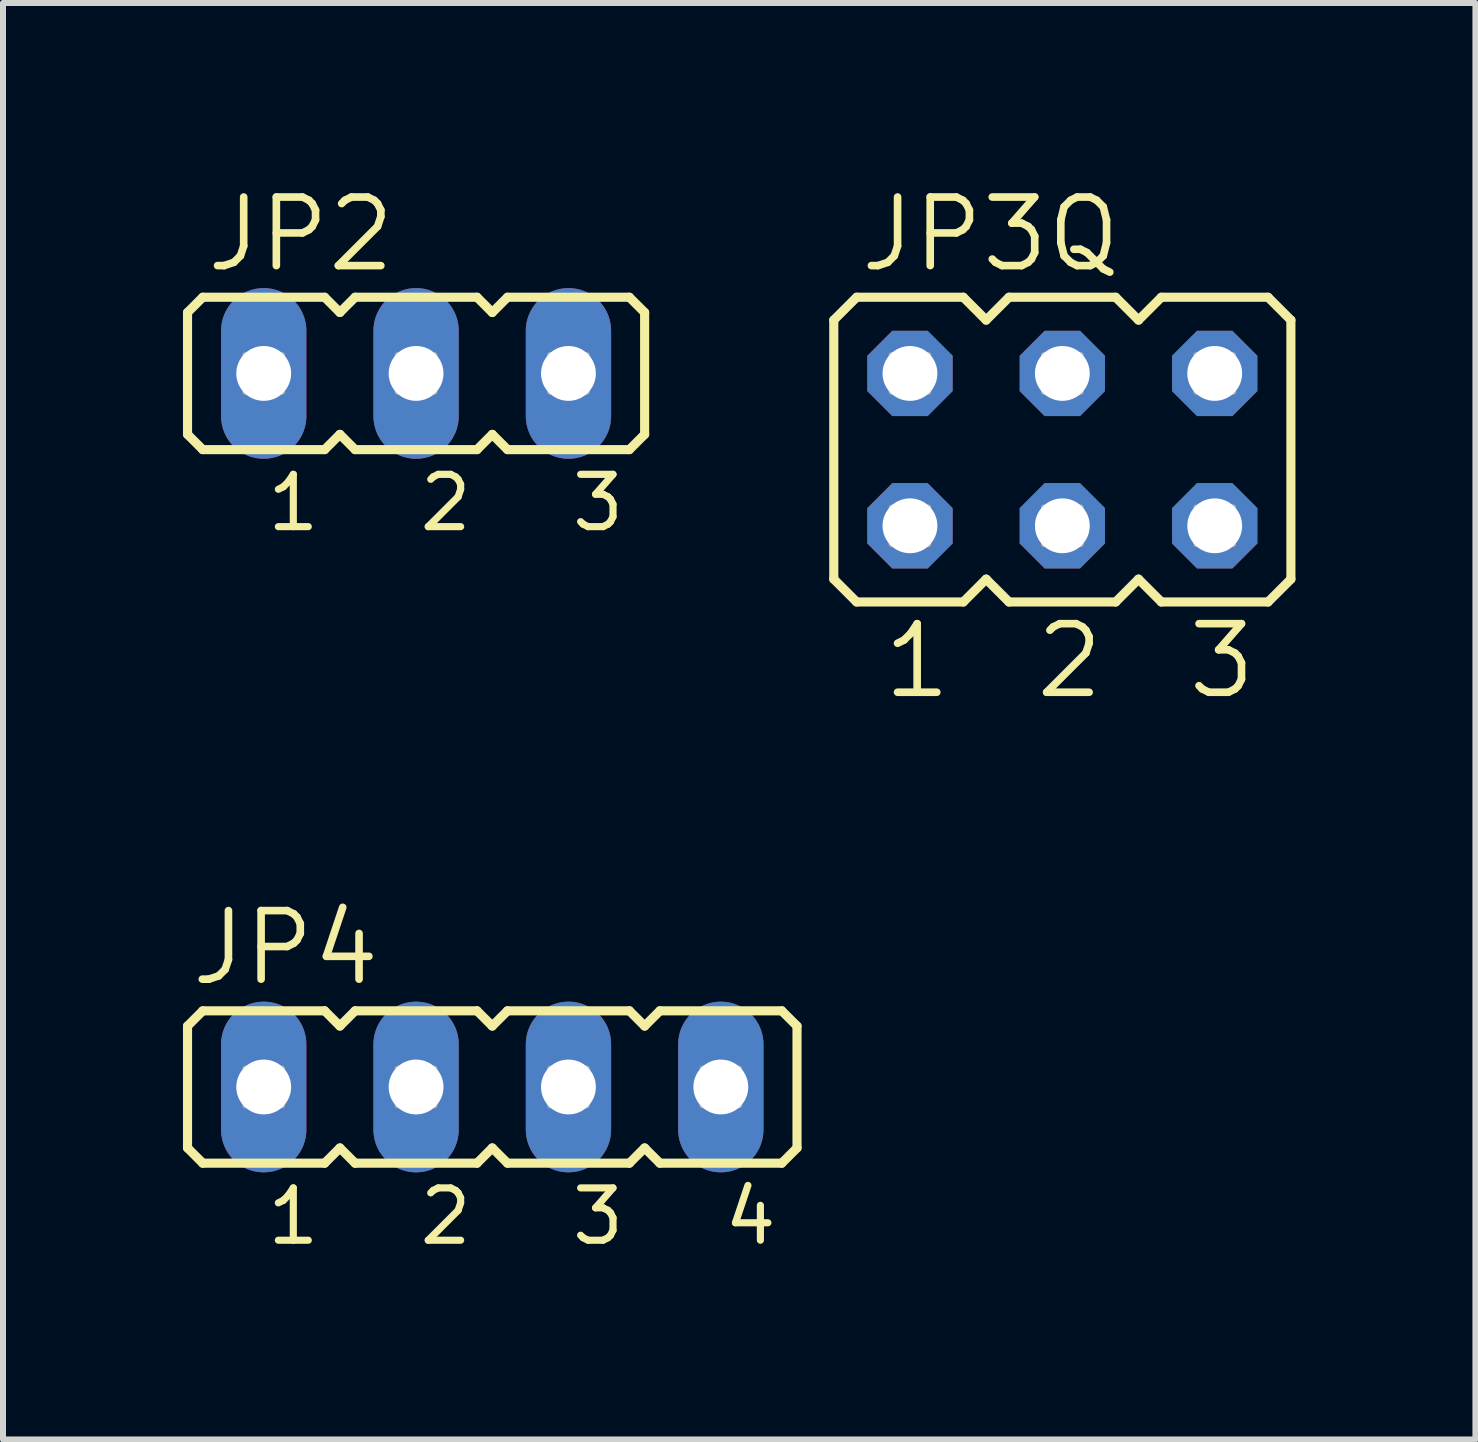
<source format=kicad_pcb>
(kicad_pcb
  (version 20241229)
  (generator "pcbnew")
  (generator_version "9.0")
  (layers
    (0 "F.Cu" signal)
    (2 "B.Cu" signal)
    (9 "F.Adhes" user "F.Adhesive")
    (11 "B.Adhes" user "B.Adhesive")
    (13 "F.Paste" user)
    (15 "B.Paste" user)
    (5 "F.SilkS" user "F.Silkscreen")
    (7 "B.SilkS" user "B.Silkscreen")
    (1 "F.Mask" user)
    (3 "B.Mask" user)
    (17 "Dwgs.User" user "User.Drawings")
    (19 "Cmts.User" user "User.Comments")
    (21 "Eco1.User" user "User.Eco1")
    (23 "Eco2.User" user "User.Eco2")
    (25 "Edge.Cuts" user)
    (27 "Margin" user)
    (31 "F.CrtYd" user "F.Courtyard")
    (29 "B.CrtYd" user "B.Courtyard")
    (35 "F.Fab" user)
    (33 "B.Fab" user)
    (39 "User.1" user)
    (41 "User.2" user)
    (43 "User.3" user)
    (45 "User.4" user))
  (footprint "JP2"
    (layer "F.Cu")
    (at 3.886 3.175)
    (property "Reference" "JP2" (at -3.556 -1.651 0) (layer "F.SilkS") (effects (font (size 1.143 1.143) (thickness 0.127)) (justify left bottom)))
    (fp_line (start -3.81 -1.016) (end -3.556 -1.27) (stroke (width 0.152) (type solid)) (layer "F.SilkS"))
    (fp_line (start -3.81 1.016) (end -3.81 -1.016) (stroke (width 0.152) (type solid)) (layer "F.SilkS"))
    (fp_line (start -3.81 1.016) (end -3.556 1.27) (stroke (width 0.152) (type solid)) (layer "F.SilkS"))
    (fp_line (start -1.524 -1.27) (end -3.556 -1.27) (stroke (width 0.152) (type solid)) (layer "F.SilkS"))
    (fp_line (start -1.524 -1.27) (end -1.27 -1.016) (stroke (width 0.152) (type solid)) (layer "F.SilkS"))
    (fp_line (start -1.524 1.27) (end -3.556 1.27) (stroke (width 0.152) (type solid)) (layer "F.SilkS"))
    (fp_line (start -1.524 1.27) (end -1.27 1.016) (stroke (width 0.152) (type solid)) (layer "F.SilkS"))
    (fp_line (start -1.27 -1.016) (end -1.016 -1.27) (stroke (width 0.152) (type solid)) (layer "F.SilkS"))
    (fp_line (start -1.27 1.016) (end -1.016 1.27) (stroke (width 0.152) (type solid)) (layer "F.SilkS"))
    (fp_line (start 1.016 -1.27) (end -1.016 -1.27) (stroke (width 0.152) (type solid)) (layer "F.SilkS"))
    (fp_line (start 1.016 -1.27) (end 1.27 -1.016) (stroke (width 0.152) (type solid)) (layer "F.SilkS"))
    (fp_line (start 1.016 1.27) (end -1.016 1.27) (stroke (width 0.152) (type solid)) (layer "F.SilkS"))
    (fp_line (start 1.016 1.27) (end 1.27 1.016) (stroke (width 0.152) (type solid)) (layer "F.SilkS"))
    (fp_line (start 1.27 -1.016) (end 1.524 -1.27) (stroke (width 0.152) (type solid)) (layer "F.SilkS"))
    (fp_line (start 1.27 1.016) (end 1.524 1.27) (stroke (width 0.152) (type solid)) (layer "F.SilkS"))
    (fp_line (start 3.556 -1.27) (end 1.524 -1.27) (stroke (width 0.152) (type solid)) (layer "F.SilkS"))
    (fp_line (start 3.556 -1.27) (end 3.81 -1.016) (stroke (width 0.152) (type solid)) (layer "F.SilkS"))
    (fp_line (start 3.556 1.27) (end 1.524 1.27) (stroke (width 0.152) (type solid)) (layer "F.SilkS"))
    (fp_line (start 3.556 1.27) (end 3.81 1.016) (stroke (width 0.152) (type solid)) (layer "F.SilkS"))
    (fp_line (start 3.81 -1.016) (end 3.81 1.016) (stroke (width 0.152) (type solid)) (layer "F.SilkS"))
    (fp_poly (pts (xy -2.845 0.305) (xy -2.235 0.305) (xy -2.235 -0.305) (xy -2.845 -0.305)) (stroke (width 0.1) (type default)) (fill no) (layer "F.Fab"))
    (fp_poly (pts (xy -0.305 0.305) (xy 0.305 0.305) (xy 0.305 -0.305) (xy -0.305 -0.305)) (stroke (width 0.1) (type default)) (fill no) (layer "F.Fab"))
    (fp_poly (pts (xy 2.235 0.305) (xy 2.845 0.305) (xy 2.845 -0.305) (xy 2.235 -0.305)) (stroke (width 0.1) (type default)) (fill no) (layer "F.Fab"))
    (fp_text user "1" (at -2.54 2.667 0) (layer "F.SilkS") (effects (font (size 0.872 0.872) (thickness 0.119)) (justify left bottom)))
    (fp_text user "3" (at 2.54 2.667 0) (layer "F.SilkS") (effects (font (size 0.872 0.872) (thickness 0.119)) (justify left bottom)))
    (fp_text user "2" (at 0 2.667 0) (layer "F.SilkS") (effects (font (size 0.872 0.872) (thickness 0.119)) (justify left bottom)))
    (pad "1" thru_hole oval (at -2.54 0 90) (size 2.845 1.422) (drill 0.914) (layers "*.Cu" "*.Mask"))
    (pad "2" thru_hole oval (at 0 0 90) (size 2.845 1.422) (drill 0.914) (layers "*.Cu" "*.Mask"))
    (pad "3" thru_hole oval (at 2.54 0 90) (size 2.845 1.422) (drill 0.914) (layers "*.Cu" "*.Mask")))
  (footprint "JP3Q"
    (layer "F.Cu")
    (at 14.659 4.445)
    (property "Reference" "JP3Q" (at -3.429 -2.921 0) (layer "F.SilkS") (effects (font (size 1.143 1.143) (thickness 0.127)) (justify left bottom)))
    (fp_line (start -3.81 -2.159) (end -3.429 -2.54) (stroke (width 0.152) (type solid)) (layer "F.SilkS"))
    (fp_line (start -3.81 2.159) (end -3.81 -2.159) (stroke (width 0.152) (type solid)) (layer "F.SilkS"))
    (fp_line (start -3.81 2.159) (end -3.429 2.54) (stroke (width 0.152) (type solid)) (layer "F.SilkS"))
    (fp_line (start -3.429 -2.54) (end -1.651 -2.54) (stroke (width 0.152) (type solid)) (layer "F.SilkS"))
    (fp_line (start -3.429 2.54) (end -1.651 2.54) (stroke (width 0.152) (type solid)) (layer "F.SilkS"))
    (fp_line (start -1.651 -2.54) (end -1.27 -2.159) (stroke (width 0.152) (type solid)) (layer "F.SilkS"))
    (fp_line (start -1.27 -2.159) (end -0.889 -2.54) (stroke (width 0.152) (type solid)) (layer "F.SilkS"))
    (fp_line (start -1.27 2.159) (end -1.651 2.54) (stroke (width 0.152) (type solid)) (layer "F.SilkS"))
    (fp_line (start -1.27 2.159) (end -0.889 2.54) (stroke (width 0.152) (type solid)) (layer "F.SilkS"))
    (fp_line (start -0.889 -2.54) (end 0.889 -2.54) (stroke (width 0.152) (type solid)) (layer "F.SilkS"))
    (fp_line (start 0.889 2.54) (end -0.889 2.54) (stroke (width 0.152) (type solid)) (layer "F.SilkS"))
    (fp_line (start 1.27 -2.159) (end 0.889 -2.54) (stroke (width 0.152) (type solid)) (layer "F.SilkS"))
    (fp_line (start 1.27 -2.159) (end 1.651 -2.54) (stroke (width 0.152) (type solid)) (layer "F.SilkS"))
    (fp_line (start 1.27 2.159) (end 0.889 2.54) (stroke (width 0.152) (type solid)) (layer "F.SilkS"))
    (fp_line (start 1.27 2.159) (end 1.651 2.54) (stroke (width 0.152) (type solid)) (layer "F.SilkS"))
    (fp_line (start 1.651 -2.54) (end 3.429 -2.54) (stroke (width 0.152) (type solid)) (layer "F.SilkS"))
    (fp_line (start 3.429 2.54) (end 1.651 2.54) (stroke (width 0.152) (type solid)) (layer "F.SilkS"))
    (fp_line (start 3.429 2.54) (end 3.81 2.159) (stroke (width 0.152) (type solid)) (layer "F.SilkS"))
    (fp_line (start 3.81 -2.159) (end 3.429 -2.54) (stroke (width 0.152) (type solid)) (layer "F.SilkS"))
    (fp_line (start 3.81 -2.159) (end 3.81 2.159) (stroke (width 0.152) (type solid)) (layer "F.SilkS"))
    (fp_poly (pts (xy -2.845 -0.965) (xy -2.235 -0.965) (xy -2.235 -1.575) (xy -2.845 -1.575)) (stroke (width 0.1) (type default)) (fill no) (layer "F.Fab"))
    (fp_poly (pts (xy -2.845 1.575) (xy -2.235 1.575) (xy -2.235 0.965) (xy -2.845 0.965)) (stroke (width 0.1) (type default)) (fill no) (layer "F.Fab"))
    (fp_poly (pts (xy -0.305 -0.965) (xy 0.305 -0.965) (xy 0.305 -1.575) (xy -0.305 -1.575)) (stroke (width 0.1) (type default)) (fill no) (layer "F.Fab"))
    (fp_poly (pts (xy -0.305 1.575) (xy 0.305 1.575) (xy 0.305 0.965) (xy -0.305 0.965)) (stroke (width 0.1) (type default)) (fill no) (layer "F.Fab"))
    (fp_poly (pts (xy 2.235 -0.965) (xy 2.845 -0.965) (xy 2.845 -1.575) (xy 2.235 -1.575)) (stroke (width 0.1) (type default)) (fill no) (layer "F.Fab"))
    (fp_poly (pts (xy 2.235 1.575) (xy 2.845 1.575) (xy 2.845 0.965) (xy 2.235 0.965)) (stroke (width 0.1) (type default)) (fill no) (layer "F.Fab"))
    (fp_text user "1" (at -3.048 4.191 0) (layer "F.SilkS") (effects (font (size 1.143 1.143) (thickness 0.127)) (justify left bottom)))
    (fp_text user "3" (at 2.032 4.191 0) (layer "F.SilkS") (effects (font (size 1.143 1.143) (thickness 0.127)) (justify left bottom)))
    (fp_text user "2" (at -0.508 4.191 0) (layer "F.SilkS") (effects (font (size 1.143 1.143) (thickness 0.127)) (justify left bottom)))
    (pad "1" thru_hole roundrect (at -2.54 1.27) (size 1.422 1.422) (drill 0.914) (layers "*.Cu" "*.Mask") (roundrect_rratio 0.25) (chamfer_ratio 0.293) (chamfer top_left top_right bottom_left bottom_right))
    (pad "2" thru_hole roundrect (at -2.54 -1.27) (size 1.422 1.422) (drill 0.914) (layers "*.Cu" "*.Mask") (roundrect_rratio 0.25) (chamfer_ratio 0.293) (chamfer top_left top_right bottom_left bottom_right))
    (pad "3" thru_hole roundrect (at 0 1.27) (size 1.422 1.422) (drill 0.914) (layers "*.Cu" "*.Mask") (roundrect_rratio 0.25) (chamfer_ratio 0.293) (chamfer top_left top_right bottom_left bottom_right))
    (pad "4" thru_hole roundrect (at 0 -1.27) (size 1.422 1.422) (drill 0.914) (layers "*.Cu" "*.Mask") (roundrect_rratio 0.25) (chamfer_ratio 0.293) (chamfer top_left top_right bottom_left bottom_right))
    (pad "5" thru_hole roundrect (at 2.54 1.27) (size 1.422 1.422) (drill 0.914) (layers "*.Cu" "*.Mask") (roundrect_rratio 0.25) (chamfer_ratio 0.293) (chamfer top_left top_right bottom_left bottom_right))
    (pad "6" thru_hole roundrect (at 2.54 -1.27) (size 1.422 1.422) (drill 0.914) (layers "*.Cu" "*.Mask") (roundrect_rratio 0.25) (chamfer_ratio 0.293) (chamfer top_left top_right bottom_left bottom_right)))
  (footprint "JP4"
    (layer "F.Cu")
    (at 5.156 15.07)
    (property "Reference" "JP4" (at -5.08 -1.651 0) (layer "F.SilkS") (effects (font (size 1.143 1.143) (thickness 0.127)) (justify left bottom)))
    (fp_line (start -5.08 -1.016) (end -4.826 -1.27) (stroke (width 0.152) (type solid)) (layer "F.SilkS"))
    (fp_line (start -5.08 1.016) (end -5.08 -1.016) (stroke (width 0.152) (type solid)) (layer "F.SilkS"))
    (fp_line (start -5.08 1.016) (end -4.826 1.27) (stroke (width 0.152) (type solid)) (layer "F.SilkS"))
    (fp_line (start -2.794 -1.27) (end -4.826 -1.27) (stroke (width 0.152) (type solid)) (layer "F.SilkS"))
    (fp_line (start -2.794 -1.27) (end -2.54 -1.016) (stroke (width 0.152) (type solid)) (layer "F.SilkS"))
    (fp_line (start -2.794 1.27) (end -4.826 1.27) (stroke (width 0.152) (type solid)) (layer "F.SilkS"))
    (fp_line (start -2.794 1.27) (end -2.54 1.016) (stroke (width 0.152) (type solid)) (layer "F.SilkS"))
    (fp_line (start -2.54 -1.016) (end -2.286 -1.27) (stroke (width 0.152) (type solid)) (layer "F.SilkS"))
    (fp_line (start -2.54 1.016) (end -2.286 1.27) (stroke (width 0.152) (type solid)) (layer "F.SilkS"))
    (fp_line (start -0.254 -1.27) (end -2.286 -1.27) (stroke (width 0.152) (type solid)) (layer "F.SilkS"))
    (fp_line (start -0.254 -1.27) (end 0 -1.016) (stroke (width 0.152) (type solid)) (layer "F.SilkS"))
    (fp_line (start -0.254 1.27) (end -2.286 1.27) (stroke (width 0.152) (type solid)) (layer "F.SilkS"))
    (fp_line (start -0.254 1.27) (end 0 1.016) (stroke (width 0.152) (type solid)) (layer "F.SilkS"))
    (fp_line (start 0 -1.016) (end 0.254 -1.27) (stroke (width 0.152) (type solid)) (layer "F.SilkS"))
    (fp_line (start 0 1.016) (end 0.254 1.27) (stroke (width 0.152) (type solid)) (layer "F.SilkS"))
    (fp_line (start 2.286 -1.27) (end 0.254 -1.27) (stroke (width 0.152) (type solid)) (layer "F.SilkS"))
    (fp_line (start 2.286 -1.27) (end 2.54 -1.016) (stroke (width 0.152) (type solid)) (layer "F.SilkS"))
    (fp_line (start 2.286 1.27) (end 0.254 1.27) (stroke (width 0.152) (type solid)) (layer "F.SilkS"))
    (fp_line (start 2.286 1.27) (end 2.54 1.016) (stroke (width 0.152) (type solid)) (layer "F.SilkS"))
    (fp_line (start 2.54 -1.016) (end 2.794 -1.27) (stroke (width 0.152) (type solid)) (layer "F.SilkS"))
    (fp_line (start 2.54 1.016) (end 2.794 1.27) (stroke (width 0.152) (type solid)) (layer "F.SilkS"))
    (fp_line (start 4.826 -1.27) (end 2.794 -1.27) (stroke (width 0.152) (type solid)) (layer "F.SilkS"))
    (fp_line (start 4.826 -1.27) (end 5.08 -1.016) (stroke (width 0.152) (type solid)) (layer "F.SilkS"))
    (fp_line (start 4.826 1.27) (end 2.794 1.27) (stroke (width 0.152) (type solid)) (layer "F.SilkS"))
    (fp_line (start 4.826 1.27) (end 5.08 1.016) (stroke (width 0.152) (type solid)) (layer "F.SilkS"))
    (fp_line (start 5.08 -1.016) (end 5.08 1.016) (stroke (width 0.152) (type solid)) (layer "F.SilkS"))
    (fp_poly (pts (xy -4.115 0.305) (xy -3.505 0.305) (xy -3.505 -0.305) (xy -4.115 -0.305)) (stroke (width 0.1) (type default)) (fill no) (layer "F.Fab"))
    (fp_poly (pts (xy -1.575 0.305) (xy -0.965 0.305) (xy -0.965 -0.305) (xy -1.575 -0.305)) (stroke (width 0.1) (type default)) (fill no) (layer "F.Fab"))
    (fp_poly (pts (xy 0.965 0.305) (xy 1.575 0.305) (xy 1.575 -0.305) (xy 0.965 -0.305)) (stroke (width 0.1) (type default)) (fill no) (layer "F.Fab"))
    (fp_poly (pts (xy 3.505 0.305) (xy 4.115 0.305) (xy 4.115 -0.305) (xy 3.505 -0.305)) (stroke (width 0.1) (type default)) (fill no) (layer "F.Fab"))
    (fp_text user "1" (at -3.81 2.667 0) (layer "F.SilkS") (effects (font (size 0.872 0.872) (thickness 0.119)) (justify left bottom)))
    (fp_text user "3" (at 1.27 2.667 0) (layer "F.SilkS") (effects (font (size 0.872 0.872) (thickness 0.119)) (justify left bottom)))
    (fp_text user "4" (at 3.81 2.667 0) (layer "F.SilkS") (effects (font (size 0.872 0.872) (thickness 0.119)) (justify left bottom)))
    (fp_text user "2" (at -1.27 2.667 0) (layer "F.SilkS") (effects (font (size 0.872 0.872) (thickness 0.119)) (justify left bottom)))
    (pad "1" thru_hole oval (at -3.81 0 90) (size 2.845 1.422) (drill 0.914) (layers "*.Cu" "*.Mask"))
    (pad "2" thru_hole oval (at -1.27 0 90) (size 2.845 1.422) (drill 0.914) (layers "*.Cu" "*.Mask"))
    (pad "3" thru_hole oval (at 1.27 0 90) (size 2.845 1.422) (drill 0.914) (layers "*.Cu" "*.Mask"))
    (pad "4" thru_hole oval (at 3.81 0 90) (size 2.845 1.422) (drill 0.914) (layers "*.Cu" "*.Mask")))
  (gr_rect
    (start -3 -3)
    (end 21.545 20.946)
    (stroke (width 0.1) (type default))
    (fill no)
    (layer "Edge.Cuts")))
</source>
